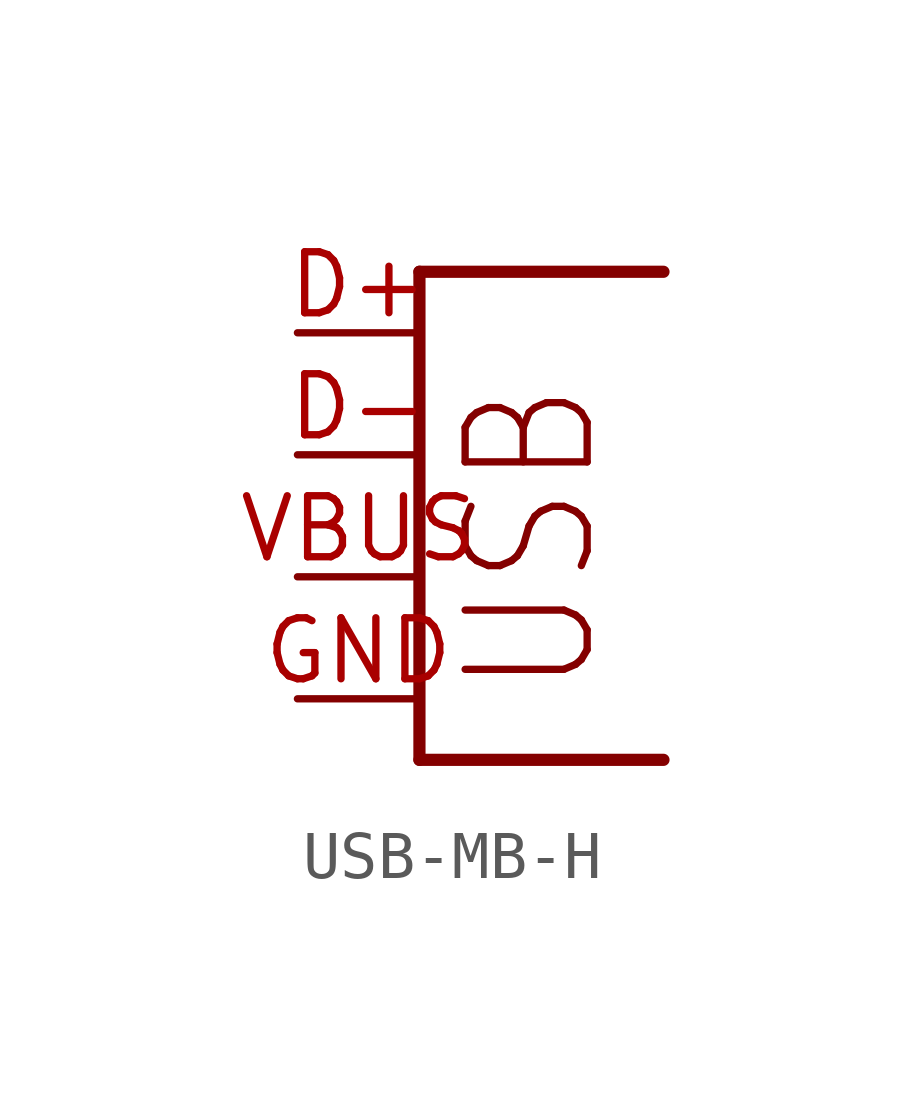
<source format=kicad_sym>
(kicad_symbol_lib
  (version 20231120)
  (generator "kicad_symbol_editor")
  (generator_version "8.0")
  (symbol "USB-MB-H"
    (property "Reference" "JP"
      (at 0 0 0)
      (effects (font (size 1.27 1.27)) (hide yes)))
    (property "ki_locked" ""
      (at 0 0 0)
      (effects (font (size 1.27 1.27))))
    (symbol "USB-MB-H_1_0"
      (polyline (pts (xy 0 -1.27) (xy 5.08 -1.27)) (stroke (width 0.254) (type solid)) (fill (type none)))
      (polyline (pts (xy 0 8.89) (xy 0 -1.27)) (stroke (width 0.254) (type solid)) (fill (type none)))
      (polyline (pts (xy 5.08 8.89) (xy 0 8.89)) (stroke (width 0.254) (type solid)) (fill (type none)))
      (text "USB" (at 3.81 0 900) (effects (font (size 2.54 2.159)) (justify left bottom)))
      (pin bidirectional line (at -2.54 7.62 0) (length 2.54) (name "D+" (effects (font (size 0 0)))) (number "D+" (effects (font (size 1.27 1.27)))))
      (pin bidirectional line (at -2.54 5.08 0) (length 2.54) (name "D-" (effects (font (size 0 0)))) (number "D-" (effects (font (size 1.27 1.27)))))
      (pin bidirectional line (at -2.54 0 0) (length 2.54) (name "GND" (effects (font (size 0 0)))) (number "GND" (effects (font (size 1.27 1.27)))))
      (pin bidirectional line (at -2.54 2.54 0) (length 2.54) (name "VBUS" (effects (font (size 0 0)))) (number "VBUS" (effects (font (size 1.27 1.27))))))))
</source>
